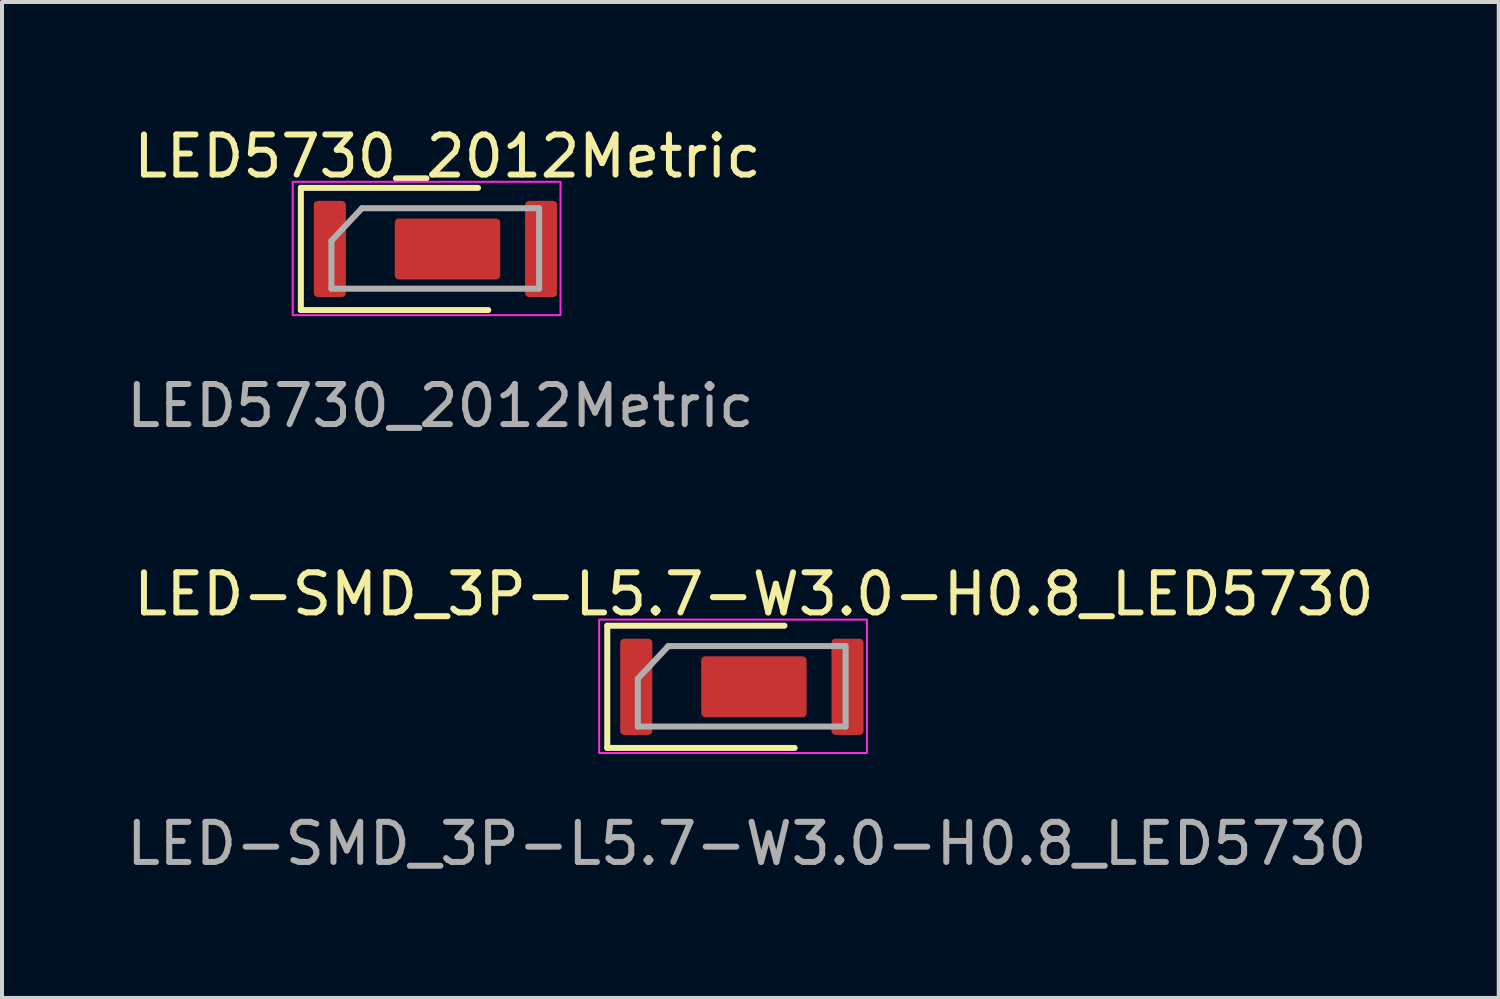
<source format=kicad_pcb>
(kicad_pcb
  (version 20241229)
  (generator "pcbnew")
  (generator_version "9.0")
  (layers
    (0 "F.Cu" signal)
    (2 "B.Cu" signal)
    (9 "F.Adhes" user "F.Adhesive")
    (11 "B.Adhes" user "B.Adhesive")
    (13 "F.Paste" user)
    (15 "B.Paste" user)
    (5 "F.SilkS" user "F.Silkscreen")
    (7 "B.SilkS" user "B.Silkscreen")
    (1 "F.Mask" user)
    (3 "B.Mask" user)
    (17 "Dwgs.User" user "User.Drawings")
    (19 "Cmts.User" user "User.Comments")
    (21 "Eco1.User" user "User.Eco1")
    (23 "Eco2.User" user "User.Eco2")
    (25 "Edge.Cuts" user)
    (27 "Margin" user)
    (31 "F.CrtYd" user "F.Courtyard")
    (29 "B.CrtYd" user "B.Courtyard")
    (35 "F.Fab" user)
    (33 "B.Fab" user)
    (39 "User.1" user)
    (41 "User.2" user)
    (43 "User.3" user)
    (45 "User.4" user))
  (footprint "LED5730_2012Metric"
    (layer "F.Cu")
    (at 8.112 3.16)
    (property "Reference" "LED5730_2012Metric" (at 0 -2.311 0) (unlocked yes) (layer "F.SilkS") (effects (font (size 1 1) (thickness 0.15))))
    (attr smd)
    (fp_line (start -3.658 -1.524) (end -3.658 1.524) (stroke (width 0.15) (type solid)) (layer "F.SilkS"))
    (fp_line (start -3.658 1.524) (end 1.016 1.524) (stroke (width 0.15) (type solid)) (layer "F.SilkS"))
    (fp_line (start 0.762 -1.524) (end -3.658 -1.524) (stroke (width 0.15) (type solid)) (layer "F.SilkS"))
    (fp_rect (start -3.861 -1.676) (end 2.819 1.651) (stroke (width 0.05) (type default)) (fill no) (layer "F.CrtYd"))
    (fp_line (start -2.896 -0.203) (end -2.896 0.991) (stroke (width 0.15) (type solid)) (layer "F.Fab"))
    (fp_line (start -2.896 0.991) (end 2.286 0.991) (stroke (width 0.15) (type solid)) (layer "F.Fab"))
    (fp_line (start -2.134 -1.016) (end -2.896 -0.203) (stroke (width 0.15) (type solid)) (layer "F.Fab"))
    (fp_line (start 2.282 -1.016) (end -2.134 -1.016) (stroke (width 0.15) (type solid)) (layer "F.Fab"))
    (fp_line (start 2.286 0.991) (end 2.286 -1.016) (stroke (width 0.15) (type solid)) (layer "F.Fab"))
    (fp_text user "${REFERENCE}" (at -0.178 3.913 0) (unlocked yes) (layer "F.Fab") (effects (font (size 1 1) (thickness 0.15))))
    (pad "1" smd roundrect (at -2.935 0) (size 0.8 2.4) (layers "F.Cu" "F.Mask" "F.Paste") (roundrect_rratio 0.125))
    (pad "1" smd roundrect (at 0 0) (size 2.63 1.52) (layers "F.Cu" "F.Mask" "F.Paste") (roundrect_rratio 0.066))
    (pad "2" smd roundrect (at 2.335 0) (size 0.8 2.4) (layers "F.Cu" "F.Mask" "F.Paste") (roundrect_rratio 0.125)))
  (footprint "LED-SMD_3P-L5.7-W3.0-H0.8_LED5730"
    (layer "F.Cu")
    (at 15.755 14.081)
    (property "Reference" "LED-SMD_3P-L5.7-W3.0-H0.8_LED5730" (at 0 -2.311 0) (unlocked yes) (layer "F.SilkS") (effects (font (size 1 1) (thickness 0.15))))
    (attr smd)
    (fp_line (start -3.658 -1.524) (end -3.658 1.524) (stroke (width 0.15) (type solid)) (layer "F.SilkS"))
    (fp_line (start -3.658 1.524) (end 1.016 1.524) (stroke (width 0.15) (type solid)) (layer "F.SilkS"))
    (fp_line (start 0.762 -1.524) (end -3.658 -1.524) (stroke (width 0.15) (type solid)) (layer "F.SilkS"))
    (fp_rect (start -3.861 -1.676) (end 2.819 1.651) (stroke (width 0.05) (type default)) (fill no) (layer "F.CrtYd"))
    (fp_line (start -2.896 -0.203) (end -2.896 0.991) (stroke (width 0.15) (type solid)) (layer "F.Fab"))
    (fp_line (start -2.896 0.991) (end 2.286 0.991) (stroke (width 0.15) (type solid)) (layer "F.Fab"))
    (fp_line (start -2.134 -1.016) (end -2.896 -0.203) (stroke (width 0.15) (type solid)) (layer "F.Fab"))
    (fp_line (start 2.282 -1.016) (end -2.134 -1.016) (stroke (width 0.15) (type solid)) (layer "F.Fab"))
    (fp_line (start 2.286 0.991) (end 2.286 -1.016) (stroke (width 0.15) (type solid)) (layer "F.Fab"))
    (fp_text user "${REFERENCE}" (at -0.178 3.913 0) (unlocked yes) (layer "F.Fab") (effects (font (size 1 1) (thickness 0.15))))
    (pad "1" smd roundrect (at -2.935 0) (size 0.8 2.4) (layers "F.Cu" "F.Mask" "F.Paste") (roundrect_rratio 0.125))
    (pad "2" smd roundrect (at 0 0) (size 2.63 1.52) (layers "F.Cu" "F.Mask" "F.Paste") (roundrect_rratio 0.066))
    (pad "2" smd roundrect (at 2.335 0) (size 0.8 2.4) (layers "F.Cu" "F.Mask" "F.Paste") (roundrect_rratio 0.125)))
  (gr_rect
    (start -3 -3)
    (end 34.333 21.842)
    (stroke (width 0.1) (type default))
    (fill no)
    (layer "Edge.Cuts")))
</source>
